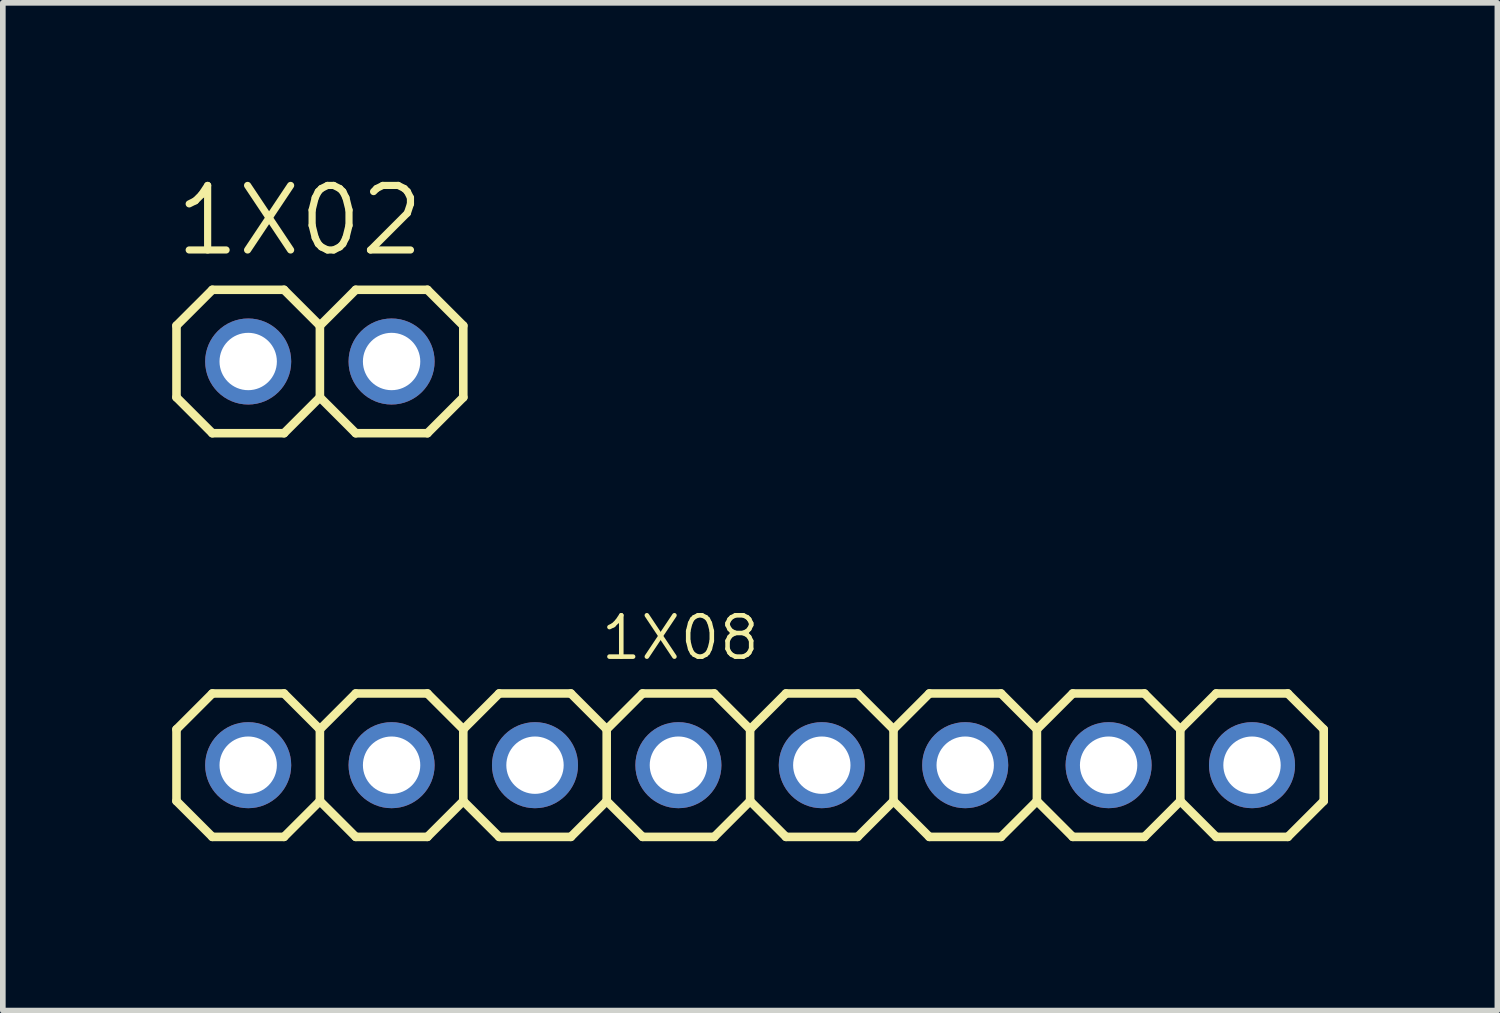
<source format=kicad_pcb>
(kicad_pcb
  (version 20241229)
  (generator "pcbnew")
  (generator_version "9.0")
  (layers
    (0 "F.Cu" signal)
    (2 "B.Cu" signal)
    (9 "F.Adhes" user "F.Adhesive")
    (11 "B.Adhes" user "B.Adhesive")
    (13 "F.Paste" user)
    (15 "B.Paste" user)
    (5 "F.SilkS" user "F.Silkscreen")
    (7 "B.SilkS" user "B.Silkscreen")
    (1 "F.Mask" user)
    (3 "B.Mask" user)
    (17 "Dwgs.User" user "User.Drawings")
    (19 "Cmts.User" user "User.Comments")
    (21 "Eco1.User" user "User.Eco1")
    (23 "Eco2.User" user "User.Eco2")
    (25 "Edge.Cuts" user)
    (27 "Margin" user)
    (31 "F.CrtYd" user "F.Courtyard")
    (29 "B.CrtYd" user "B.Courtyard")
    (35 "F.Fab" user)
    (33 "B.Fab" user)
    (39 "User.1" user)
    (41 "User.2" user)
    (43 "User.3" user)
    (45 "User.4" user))
  (footprint "1X02"
    (layer "F.Cu")
    (at 2.616 3.353)
    (property "Reference" "1X02" (at -2.616 -1.829 0) (layer "F.SilkS") (effects (font (size 1.143 1.143) (thickness 0.127)) (justify left bottom)))
    (fp_line (start -2.54 -0.635) (end -2.54 0.635) (stroke (width 0.152) (type solid)) (layer "F.SilkS"))
    (fp_line (start -2.54 0.635) (end -1.905 1.27) (stroke (width 0.152) (type solid)) (layer "F.SilkS"))
    (fp_line (start -1.905 -1.27) (end -2.54 -0.635) (stroke (width 0.152) (type solid)) (layer "F.SilkS"))
    (fp_line (start -1.905 -1.27) (end -0.635 -1.27) (stroke (width 0.152) (type solid)) (layer "F.SilkS"))
    (fp_line (start -0.635 -1.27) (end 0 -0.635) (stroke (width 0.152) (type solid)) (layer "F.SilkS"))
    (fp_line (start -0.635 1.27) (end -1.905 1.27) (stroke (width 0.152) (type solid)) (layer "F.SilkS"))
    (fp_line (start 0 -0.635) (end 0 0.635) (stroke (width 0.152) (type solid)) (layer "F.SilkS"))
    (fp_line (start 0 -0.635) (end 0.635 -1.27) (stroke (width 0.152) (type solid)) (layer "F.SilkS"))
    (fp_line (start 0 0.635) (end -0.635 1.27) (stroke (width 0.152) (type solid)) (layer "F.SilkS"))
    (fp_line (start 0.635 -1.27) (end 1.905 -1.27) (stroke (width 0.152) (type solid)) (layer "F.SilkS"))
    (fp_line (start 0.635 1.27) (end 0 0.635) (stroke (width 0.152) (type solid)) (layer "F.SilkS"))
    (fp_line (start 1.905 -1.27) (end 2.54 -0.635) (stroke (width 0.152) (type solid)) (layer "F.SilkS"))
    (fp_line (start 1.905 1.27) (end 0.635 1.27) (stroke (width 0.152) (type solid)) (layer "F.SilkS"))
    (fp_line (start 2.54 -0.635) (end 2.54 0.635) (stroke (width 0.152) (type solid)) (layer "F.SilkS"))
    (fp_line (start 2.54 0.635) (end 1.905 1.27) (stroke (width 0.152) (type solid)) (layer "F.SilkS"))
    (fp_poly (pts (xy -1.524 0.254) (xy -1.016 0.254) (xy -1.016 -0.254) (xy -1.524 -0.254)) (stroke (width 0.1) (type solid)) (fill no) (layer "F.Fab"))
    (fp_poly (pts (xy 1.016 0.254) (xy 1.524 0.254) (xy 1.524 -0.254) (xy 1.016 -0.254)) (stroke (width 0.1) (type solid)) (fill no) (layer "F.Fab"))
    (pad "1" thru_hole circle (at -1.27 0 90) (size 1.524 1.524) (drill 1.016) (layers "*.Cu" "*.Mask"))
    (pad "2" thru_hole circle (at 1.27 0 90) (size 1.524 1.524) (drill 1.016) (layers "*.Cu" "*.Mask")))
  (footprint "1X08"
    (layer "F.Cu")
    (at 10.236 10.503)
    (property "Reference" "1X08" (at -1.236 -1.829 0) (layer "F.SilkS") (effects (font (size 0.732 0.732) (thickness 0.081)) (justify bottom)))
    (fp_line (start -10.16 -0.635) (end -10.16 0.635) (stroke (width 0.152) (type solid)) (layer "F.SilkS"))
    (fp_line (start -10.16 0.635) (end -9.525 1.27) (stroke (width 0.152) (type solid)) (layer "F.SilkS"))
    (fp_line (start -9.525 -1.27) (end -10.16 -0.635) (stroke (width 0.152) (type solid)) (layer "F.SilkS"))
    (fp_line (start -9.525 -1.27) (end -8.255 -1.27) (stroke (width 0.152) (type solid)) (layer "F.SilkS"))
    (fp_line (start -8.255 -1.27) (end -7.62 -0.635) (stroke (width 0.152) (type solid)) (layer "F.SilkS"))
    (fp_line (start -8.255 1.27) (end -9.525 1.27) (stroke (width 0.152) (type solid)) (layer "F.SilkS"))
    (fp_line (start -7.62 -0.635) (end -7.62 0.635) (stroke (width 0.152) (type solid)) (layer "F.SilkS"))
    (fp_line (start -7.62 -0.635) (end -6.985 -1.27) (stroke (width 0.152) (type solid)) (layer "F.SilkS"))
    (fp_line (start -7.62 0.635) (end -8.255 1.27) (stroke (width 0.152) (type solid)) (layer "F.SilkS"))
    (fp_line (start -6.985 -1.27) (end -5.715 -1.27) (stroke (width 0.152) (type solid)) (layer "F.SilkS"))
    (fp_line (start -6.985 1.27) (end -7.62 0.635) (stroke (width 0.152) (type solid)) (layer "F.SilkS"))
    (fp_line (start -5.715 -1.27) (end -5.08 -0.635) (stroke (width 0.152) (type solid)) (layer "F.SilkS"))
    (fp_line (start -5.715 1.27) (end -6.985 1.27) (stroke (width 0.152) (type solid)) (layer "F.SilkS"))
    (fp_line (start -5.08 -0.635) (end -5.08 0.635) (stroke (width 0.152) (type solid)) (layer "F.SilkS"))
    (fp_line (start -5.08 -0.635) (end -4.445 -1.27) (stroke (width 0.152) (type solid)) (layer "F.SilkS"))
    (fp_line (start -5.08 0.635) (end -5.715 1.27) (stroke (width 0.152) (type solid)) (layer "F.SilkS"))
    (fp_line (start -4.445 -1.27) (end -3.175 -1.27) (stroke (width 0.152) (type solid)) (layer "F.SilkS"))
    (fp_line (start -4.445 1.27) (end -5.08 0.635) (stroke (width 0.152) (type solid)) (layer "F.SilkS"))
    (fp_line (start -3.175 -1.27) (end -2.54 -0.635) (stroke (width 0.152) (type solid)) (layer "F.SilkS"))
    (fp_line (start -3.175 1.27) (end -4.445 1.27) (stroke (width 0.152) (type solid)) (layer "F.SilkS"))
    (fp_line (start -2.54 -0.635) (end -2.54 0.635) (stroke (width 0.152) (type solid)) (layer "F.SilkS"))
    (fp_line (start -2.54 0.635) (end -3.175 1.27) (stroke (width 0.152) (type solid)) (layer "F.SilkS"))
    (fp_line (start -2.54 0.635) (end -1.905 1.27) (stroke (width 0.152) (type solid)) (layer "F.SilkS"))
    (fp_line (start -1.905 -1.27) (end -2.54 -0.635) (stroke (width 0.152) (type solid)) (layer "F.SilkS"))
    (fp_line (start -1.905 -1.27) (end -0.635 -1.27) (stroke (width 0.152) (type solid)) (layer "F.SilkS"))
    (fp_line (start -0.635 -1.27) (end 0 -0.635) (stroke (width 0.152) (type solid)) (layer "F.SilkS"))
    (fp_line (start -0.635 1.27) (end -1.905 1.27) (stroke (width 0.152) (type solid)) (layer "F.SilkS"))
    (fp_line (start 0 -0.635) (end 0 0.635) (stroke (width 0.152) (type solid)) (layer "F.SilkS"))
    (fp_line (start 0 -0.635) (end 0.635 -1.27) (stroke (width 0.152) (type solid)) (layer "F.SilkS"))
    (fp_line (start 0 0.635) (end -0.635 1.27) (stroke (width 0.152) (type solid)) (layer "F.SilkS"))
    (fp_line (start 0.635 -1.27) (end 1.905 -1.27) (stroke (width 0.152) (type solid)) (layer "F.SilkS"))
    (fp_line (start 0.635 1.27) (end 0 0.635) (stroke (width 0.152) (type solid)) (layer "F.SilkS"))
    (fp_line (start 1.905 -1.27) (end 2.54 -0.635) (stroke (width 0.152) (type solid)) (layer "F.SilkS"))
    (fp_line (start 1.905 1.27) (end 0.635 1.27) (stroke (width 0.152) (type solid)) (layer "F.SilkS"))
    (fp_line (start 2.54 -0.635) (end 2.54 0.635) (stroke (width 0.152) (type solid)) (layer "F.SilkS"))
    (fp_line (start 2.54 -0.635) (end 3.175 -1.27) (stroke (width 0.152) (type solid)) (layer "F.SilkS"))
    (fp_line (start 2.54 0.635) (end 1.905 1.27) (stroke (width 0.152) (type solid)) (layer "F.SilkS"))
    (fp_line (start 3.175 -1.27) (end 4.445 -1.27) (stroke (width 0.152) (type solid)) (layer "F.SilkS"))
    (fp_line (start 3.175 1.27) (end 2.54 0.635) (stroke (width 0.152) (type solid)) (layer "F.SilkS"))
    (fp_line (start 4.445 -1.27) (end 5.08 -0.635) (stroke (width 0.152) (type solid)) (layer "F.SilkS"))
    (fp_line (start 4.445 1.27) (end 3.175 1.27) (stroke (width 0.152) (type solid)) (layer "F.SilkS"))
    (fp_line (start 5.08 -0.635) (end 5.08 0.635) (stroke (width 0.152) (type solid)) (layer "F.SilkS"))
    (fp_line (start 5.08 0.635) (end 4.445 1.27) (stroke (width 0.152) (type solid)) (layer "F.SilkS"))
    (fp_line (start 5.08 0.635) (end 5.715 1.27) (stroke (width 0.152) (type solid)) (layer "F.SilkS"))
    (fp_line (start 5.715 -1.27) (end 5.08 -0.635) (stroke (width 0.152) (type solid)) (layer "F.SilkS"))
    (fp_line (start 5.715 -1.27) (end 6.985 -1.27) (stroke (width 0.152) (type solid)) (layer "F.SilkS"))
    (fp_line (start 6.985 -1.27) (end 7.62 -0.635) (stroke (width 0.152) (type solid)) (layer "F.SilkS"))
    (fp_line (start 6.985 1.27) (end 5.715 1.27) (stroke (width 0.152) (type solid)) (layer "F.SilkS"))
    (fp_line (start 7.62 -0.635) (end 7.62 0.635) (stroke (width 0.152) (type solid)) (layer "F.SilkS"))
    (fp_line (start 7.62 0.635) (end 6.985 1.27) (stroke (width 0.152) (type solid)) (layer "F.SilkS"))
    (fp_line (start 7.62 0.635) (end 8.255 1.27) (stroke (width 0.152) (type solid)) (layer "F.SilkS"))
    (fp_line (start 8.255 -1.27) (end 7.62 -0.635) (stroke (width 0.152) (type solid)) (layer "F.SilkS"))
    (fp_line (start 8.255 -1.27) (end 9.525 -1.27) (stroke (width 0.152) (type solid)) (layer "F.SilkS"))
    (fp_line (start 9.525 -1.27) (end 10.16 -0.635) (stroke (width 0.152) (type solid)) (layer "F.SilkS"))
    (fp_line (start 9.525 1.27) (end 8.255 1.27) (stroke (width 0.152) (type solid)) (layer "F.SilkS"))
    (fp_line (start 10.16 -0.635) (end 10.16 0.635) (stroke (width 0.152) (type solid)) (layer "F.SilkS"))
    (fp_line (start 10.16 0.635) (end 9.525 1.27) (stroke (width 0.152) (type solid)) (layer "F.SilkS"))
    (fp_poly (pts (xy -9.144 0.254) (xy -8.636 0.254) (xy -8.636 -0.254) (xy -9.144 -0.254)) (stroke (width 0.1) (type solid)) (fill no) (layer "F.Fab"))
    (fp_poly (pts (xy -6.604 0.254) (xy -6.096 0.254) (xy -6.096 -0.254) (xy -6.604 -0.254)) (stroke (width 0.1) (type solid)) (fill no) (layer "F.Fab"))
    (fp_poly (pts (xy -4.064 0.254) (xy -3.556 0.254) (xy -3.556 -0.254) (xy -4.064 -0.254)) (stroke (width 0.1) (type solid)) (fill no) (layer "F.Fab"))
    (fp_poly (pts (xy -1.524 0.254) (xy -1.016 0.254) (xy -1.016 -0.254) (xy -1.524 -0.254)) (stroke (width 0.1) (type solid)) (fill no) (layer "F.Fab"))
    (fp_poly (pts (xy 1.016 0.254) (xy 1.524 0.254) (xy 1.524 -0.254) (xy 1.016 -0.254)) (stroke (width 0.1) (type solid)) (fill no) (layer "F.Fab"))
    (fp_poly (pts (xy 3.556 0.254) (xy 4.064 0.254) (xy 4.064 -0.254) (xy 3.556 -0.254)) (stroke (width 0.1) (type solid)) (fill no) (layer "F.Fab"))
    (fp_poly (pts (xy 6.096 0.254) (xy 6.604 0.254) (xy 6.604 -0.254) (xy 6.096 -0.254)) (stroke (width 0.1) (type solid)) (fill no) (layer "F.Fab"))
    (fp_poly (pts (xy 8.636 0.254) (xy 9.144 0.254) (xy 9.144 -0.254) (xy 8.636 -0.254)) (stroke (width 0.1) (type solid)) (fill no) (layer "F.Fab"))
    (pad "1" thru_hole circle (at -8.89 0 90) (size 1.524 1.524) (drill 1.016) (layers "*.Cu" "*.Mask"))
    (pad "2" thru_hole circle (at -6.35 0 90) (size 1.524 1.524) (drill 1.016) (layers "*.Cu" "*.Mask"))
    (pad "3" thru_hole circle (at -3.81 0 90) (size 1.524 1.524) (drill 1.016) (layers "*.Cu" "*.Mask"))
    (pad "4" thru_hole circle (at -1.27 0 90) (size 1.524 1.524) (drill 1.016) (layers "*.Cu" "*.Mask"))
    (pad "5" thru_hole circle (at 1.27 0 90) (size 1.524 1.524) (drill 1.016) (layers "*.Cu" "*.Mask"))
    (pad "6" thru_hole circle (at 3.81 0 90) (size 1.524 1.524) (drill 1.016) (layers "*.Cu" "*.Mask"))
    (pad "7" thru_hole circle (at 6.35 0 90) (size 1.524 1.524) (drill 1.016) (layers "*.Cu" "*.Mask"))
    (pad "8" thru_hole circle (at 8.89 0 90) (size 1.524 1.524) (drill 1.016) (layers "*.Cu" "*.Mask")))
  (gr_rect
    (start -3 -3)
    (end 23.472 14.849)
    (stroke (width 0.1) (type default))
    (fill no)
    (layer "Edge.Cuts")))
</source>
